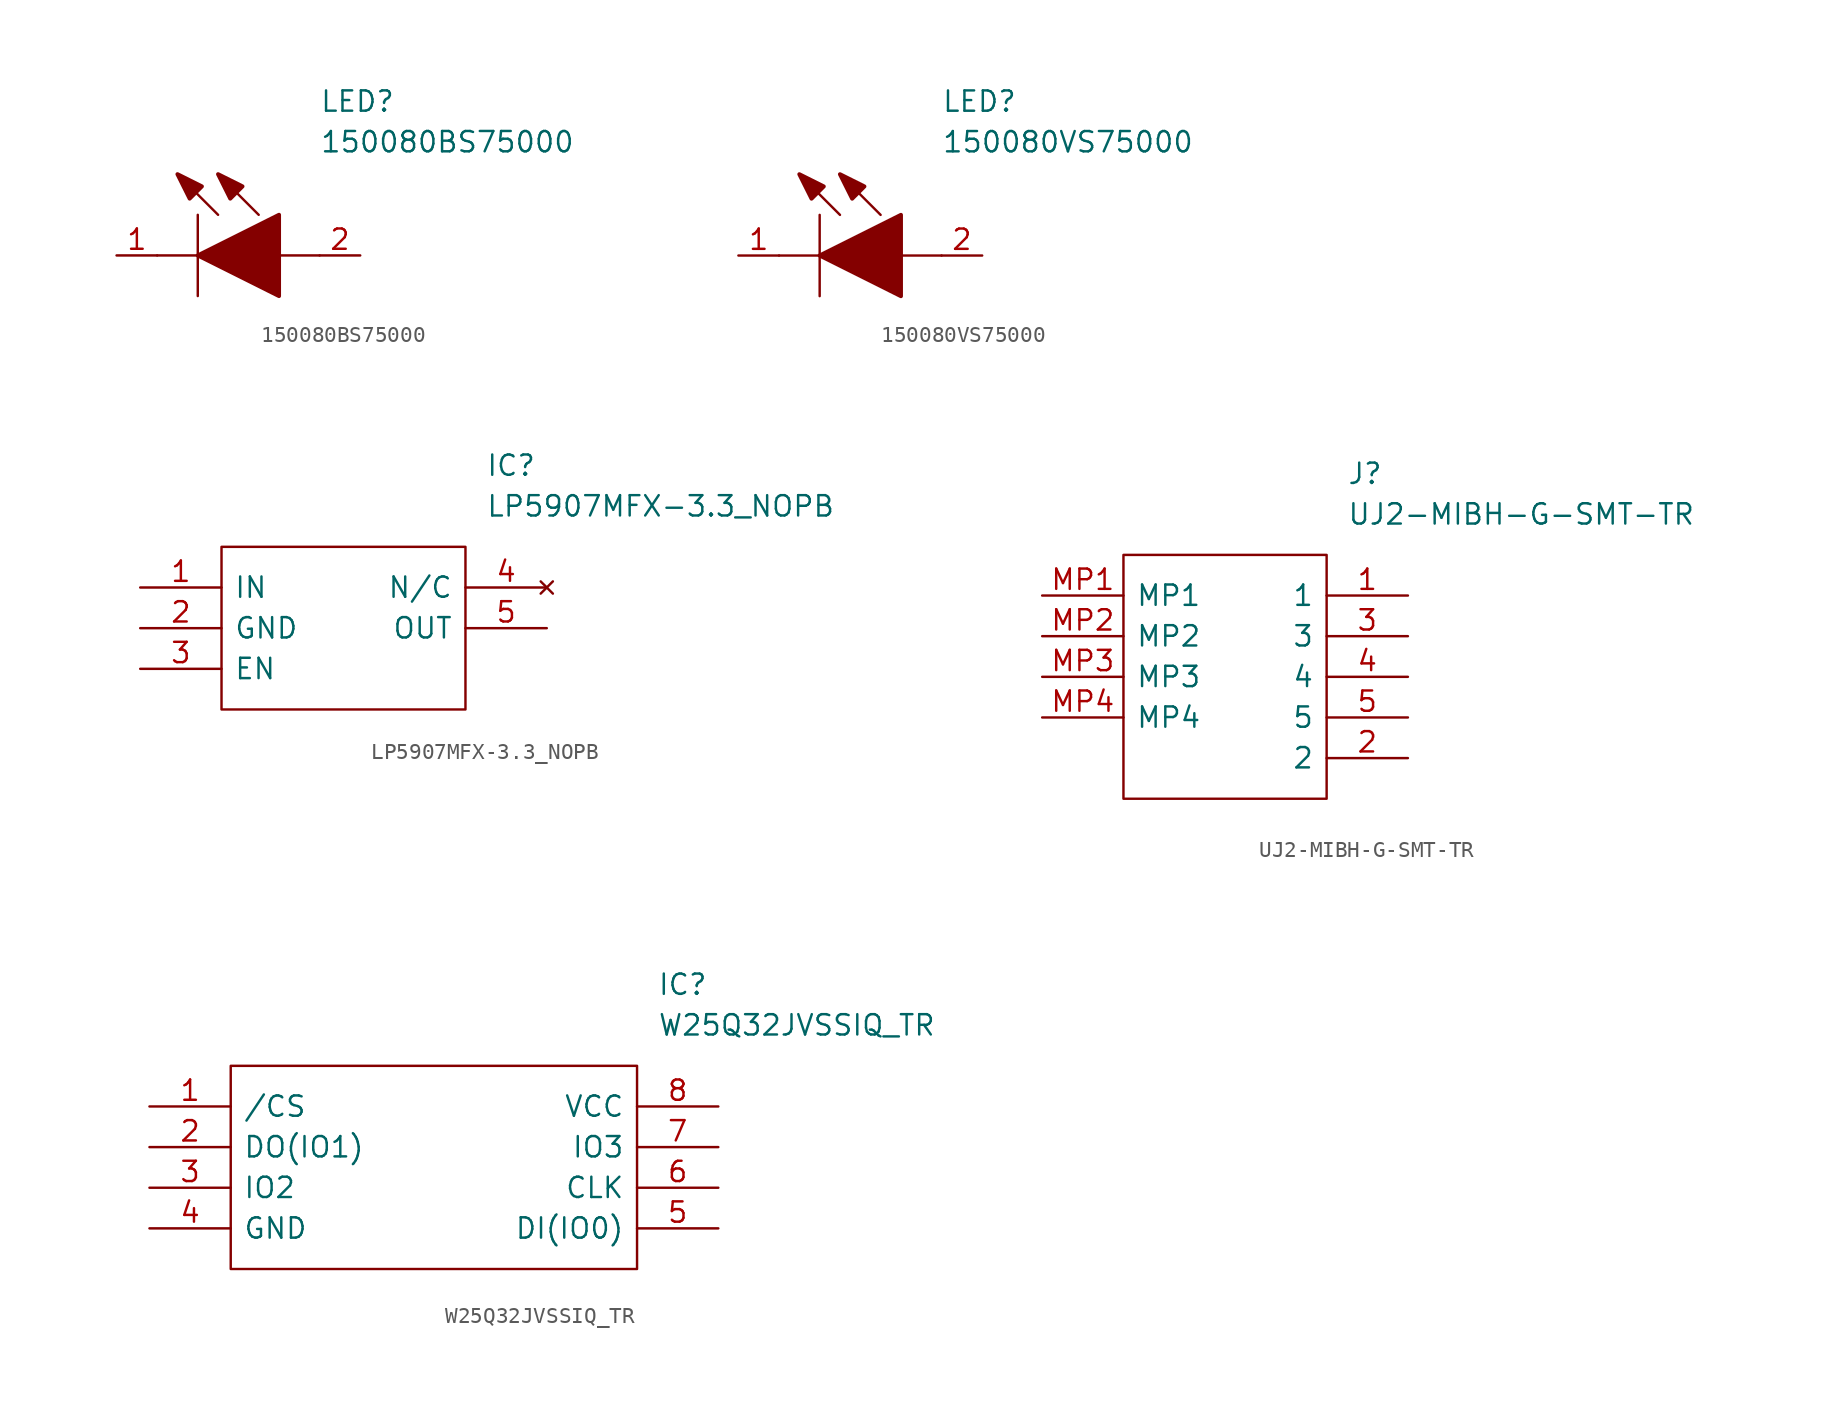
<source format=kicad_sym>
(kicad_symbol_lib
  (version 20211014)
  (generator kicad_symbol_editor)
  (symbol "150080BS75000"
    (pin_names
      (offset 0.762))
    (property "Reference" "LED"
      (at 12.7 8.89 0)
      (effects (font (size 1.27 1.27)) (justify left bottom)))
    (property "Value" "150080BS75000"
      (at 12.7 6.35 0)
      (effects (font (size 1.27 1.27)) (justify left bottom)))
    (symbol "150080BS75000_0_0"
      (pin passive line (at 0 0 0) (length 2.54) (name "~" (effects (font (size 1.27 1.27)))) (number "1" (effects (font (size 1.27 1.27)))))
      (pin passive line (at 15.24 0 180) (length 2.54) (name "~" (effects (font (size 1.27 1.27)))) (number "2" (effects (font (size 1.27 1.27))))))
    (symbol "150080BS75000_0_1"
      (polyline (pts (xy 2.54 0) (xy 5.08 0)) (stroke (width 0.152) (type default) (color 0 0 0 0)) (fill (type none)))
      (polyline (pts (xy 5.08 2.54) (xy 5.08 -2.54)) (stroke (width 0.152) (type default) (color 0 0 0 0)) (fill (type none)))
      (polyline (pts (xy 6.35 2.54) (xy 3.81 5.08)) (stroke (width 0.152) (type default) (color 0 0 0 0)) (fill (type none)))
      (polyline (pts (xy 8.89 2.54) (xy 6.35 5.08)) (stroke (width 0.152) (type default) (color 0 0 0 0)) (fill (type none)))
      (polyline (pts (xy 10.16 0) (xy 12.7 0)) (stroke (width 0.152) (type default) (color 0 0 0 0)) (fill (type none)))
      (polyline (pts (xy 5.08 0) (xy 10.16 2.54) (xy 10.16 -2.54) (xy 5.08 0)) (stroke (width 0.254) (type default) (color 0 0 0 0)) (fill (type outline)))
      (polyline (pts (xy 5.334 4.318) (xy 4.572 3.556) (xy 3.81 5.08) (xy 5.334 4.318)) (stroke (width 0.254) (type default) (color 0 0 0 0)) (fill (type outline)))
      (polyline (pts (xy 7.874 4.318) (xy 7.112 3.556) (xy 6.35 5.08) (xy 7.874 4.318)) (stroke (width 0.254) (type default) (color 0 0 0 0)) (fill (type outline)))))
  (symbol "150080VS75000"
    (pin_names
      (offset 0.762))
    (property "Reference" "LED"
      (at 12.7 8.89 0)
      (effects (font (size 1.27 1.27)) (justify left bottom)))
    (property "Value" "150080VS75000"
      (at 12.7 6.35 0)
      (effects (font (size 1.27 1.27)) (justify left bottom)))
    (symbol "150080VS75000_0_0"
      (pin passive line (at 0 0 0) (length 2.54) (name "~" (effects (font (size 1.27 1.27)))) (number "1" (effects (font (size 1.27 1.27)))))
      (pin passive line (at 15.24 0 180) (length 2.54) (name "~" (effects (font (size 1.27 1.27)))) (number "2" (effects (font (size 1.27 1.27))))))
    (symbol "150080VS75000_0_1"
      (polyline (pts (xy 2.54 0) (xy 5.08 0)) (stroke (width 0.152) (type default) (color 0 0 0 0)) (fill (type none)))
      (polyline (pts (xy 5.08 2.54) (xy 5.08 -2.54)) (stroke (width 0.152) (type default) (color 0 0 0 0)) (fill (type none)))
      (polyline (pts (xy 6.35 2.54) (xy 3.81 5.08)) (stroke (width 0.152) (type default) (color 0 0 0 0)) (fill (type none)))
      (polyline (pts (xy 8.89 2.54) (xy 6.35 5.08)) (stroke (width 0.152) (type default) (color 0 0 0 0)) (fill (type none)))
      (polyline (pts (xy 10.16 0) (xy 12.7 0)) (stroke (width 0.152) (type default) (color 0 0 0 0)) (fill (type none)))
      (polyline (pts (xy 5.08 0) (xy 10.16 2.54) (xy 10.16 -2.54) (xy 5.08 0)) (stroke (width 0.254) (type default) (color 0 0 0 0)) (fill (type outline)))
      (polyline (pts (xy 5.334 4.318) (xy 4.572 3.556) (xy 3.81 5.08) (xy 5.334 4.318)) (stroke (width 0.254) (type default) (color 0 0 0 0)) (fill (type outline)))
      (polyline (pts (xy 7.874 4.318) (xy 7.112 3.556) (xy 6.35 5.08) (xy 7.874 4.318)) (stroke (width 0.254) (type default) (color 0 0 0 0)) (fill (type outline)))))
  (symbol "LP5907MFX-3.3_NOPB"
    (pin_names
      (offset 0.762))
    (property "Reference" "IC"
      (at 21.59 7.62 0)
      (effects (font (size 1.27 1.27)) (justify left)))
    (property "Value" "LP5907MFX-3.3_NOPB"
      (at 21.59 5.08 0)
      (effects (font (size 1.27 1.27)) (justify left)))
    (symbol "LP5907MFX-3.3_NOPB_0_0"
      (pin power_in line (at 0 0 0) (length 5.08) (name "IN" (effects (font (size 1.27 1.27)))) (number "1" (effects (font (size 1.27 1.27)))))
      (pin passive line (at 0 -2.54 0) (length 5.08) (name "GND" (effects (font (size 1.27 1.27)))) (number "2" (effects (font (size 1.27 1.27)))))
      (pin passive line (at 0 -5.08 0) (length 5.08) (name "EN" (effects (font (size 1.27 1.27)))) (number "3" (effects (font (size 1.27 1.27)))))
      (pin no_connect line (at 25.4 0 180) (length 5.08) (name "N/C" (effects (font (size 1.27 1.27)))) (number "4" (effects (font (size 1.27 1.27)))))
      (pin power_out line (at 25.4 -2.54 180) (length 5.08) (name "OUT" (effects (font (size 1.27 1.27)))) (number "5" (effects (font (size 1.27 1.27))))))
    (symbol "LP5907MFX-3.3_NOPB_0_1"
      (polyline (pts (xy 5.08 2.54) (xy 20.32 2.54) (xy 20.32 -7.62) (xy 5.08 -7.62) (xy 5.08 2.54)) (stroke (width 0.152) (type default) (color 0 0 0 0)) (fill (type none)))))
  (symbol "UJ2-MIBH-G-SMT-TR"
    (pin_names
      (offset 0.762))
    (property "Reference" "J"
      (at 19.05 7.62 0)
      (effects (font (size 1.27 1.27)) (justify left)))
    (property "Value" "UJ2-MIBH-G-SMT-TR"
      (at 19.05 5.08 0)
      (effects (font (size 1.27 1.27)) (justify left)))
    (symbol "UJ2-MIBH-G-SMT-TR_0_0"
      (pin passive line (at 22.86 0 180) (length 5.08) (name "1" (effects (font (size 1.27 1.27)))) (number "1" (effects (font (size 1.27 1.27)))))
      (pin passive line (at 22.86 -10.16 180) (length 5.08) (name "2" (effects (font (size 1.27 1.27)))) (number "2" (effects (font (size 1.27 1.27)))))
      (pin passive line (at 22.86 -2.54 180) (length 5.08) (name "3" (effects (font (size 1.27 1.27)))) (number "3" (effects (font (size 1.27 1.27)))))
      (pin passive line (at 22.86 -5.08 180) (length 5.08) (name "4" (effects (font (size 1.27 1.27)))) (number "4" (effects (font (size 1.27 1.27)))))
      (pin passive line (at 22.86 -7.62 180) (length 5.08) (name "5" (effects (font (size 1.27 1.27)))) (number "5" (effects (font (size 1.27 1.27)))))
      (pin passive line (at 0 0 0) (length 5.08) (name "MP1" (effects (font (size 1.27 1.27)))) (number "MP1" (effects (font (size 1.27 1.27)))))
      (pin passive line (at 0 -2.54 0) (length 5.08) (name "MP2" (effects (font (size 1.27 1.27)))) (number "MP2" (effects (font (size 1.27 1.27)))))
      (pin passive line (at 0 -5.08 0) (length 5.08) (name "MP3" (effects (font (size 1.27 1.27)))) (number "MP3" (effects (font (size 1.27 1.27)))))
      (pin passive line (at 0 -7.62 0) (length 5.08) (name "MP4" (effects (font (size 1.27 1.27)))) (number "MP4" (effects (font (size 1.27 1.27))))))
    (symbol "UJ2-MIBH-G-SMT-TR_0_1"
      (polyline (pts (xy 5.08 2.54) (xy 17.78 2.54) (xy 17.78 -12.7) (xy 5.08 -12.7) (xy 5.08 2.54)) (stroke (width 0.152) (type default) (color 0 0 0 0)) (fill (type none)))))
  (symbol "W25Q32JVSSIQ_TR"
    (pin_names
      (offset 0.762))
    (property "Reference" "IC"
      (at 31.75 7.62 0)
      (effects (font (size 1.27 1.27)) (justify left)))
    (property "Value" "W25Q32JVSSIQ_TR"
      (at 31.75 5.08 0)
      (effects (font (size 1.27 1.27)) (justify left)))
    (symbol "W25Q32JVSSIQ_TR_0_0"
      (pin passive line (at 0 0 0) (length 5.08) (name "/CS" (effects (font (size 1.27 1.27)))) (number "1" (effects (font (size 1.27 1.27)))))
      (pin passive line (at 0 -2.54 0) (length 5.08) (name "DO(IO1)" (effects (font (size 1.27 1.27)))) (number "2" (effects (font (size 1.27 1.27)))))
      (pin passive line (at 0 -5.08 0) (length 5.08) (name "IO2" (effects (font (size 1.27 1.27)))) (number "3" (effects (font (size 1.27 1.27)))))
      (pin passive line (at 0 -7.62 0) (length 5.08) (name "GND" (effects (font (size 1.27 1.27)))) (number "4" (effects (font (size 1.27 1.27)))))
      (pin passive line (at 35.56 -7.62 180) (length 5.08) (name "DI(IO0)" (effects (font (size 1.27 1.27)))) (number "5" (effects (font (size 1.27 1.27)))))
      (pin passive line (at 35.56 -5.08 180) (length 5.08) (name "CLK" (effects (font (size 1.27 1.27)))) (number "6" (effects (font (size 1.27 1.27)))))
      (pin passive line (at 35.56 -2.54 180) (length 5.08) (name "IO3" (effects (font (size 1.27 1.27)))) (number "7" (effects (font (size 1.27 1.27)))))
      (pin passive line (at 35.56 0 180) (length 5.08) (name "VCC" (effects (font (size 1.27 1.27)))) (number "8" (effects (font (size 1.27 1.27))))))
    (symbol "W25Q32JVSSIQ_TR_0_1"
      (polyline (pts (xy 5.08 2.54) (xy 30.48 2.54) (xy 30.48 -10.16) (xy 5.08 -10.16) (xy 5.08 2.54)) (stroke (width 0.152) (type default) (color 0 0 0 0)) (fill (type none))))))
</source>
